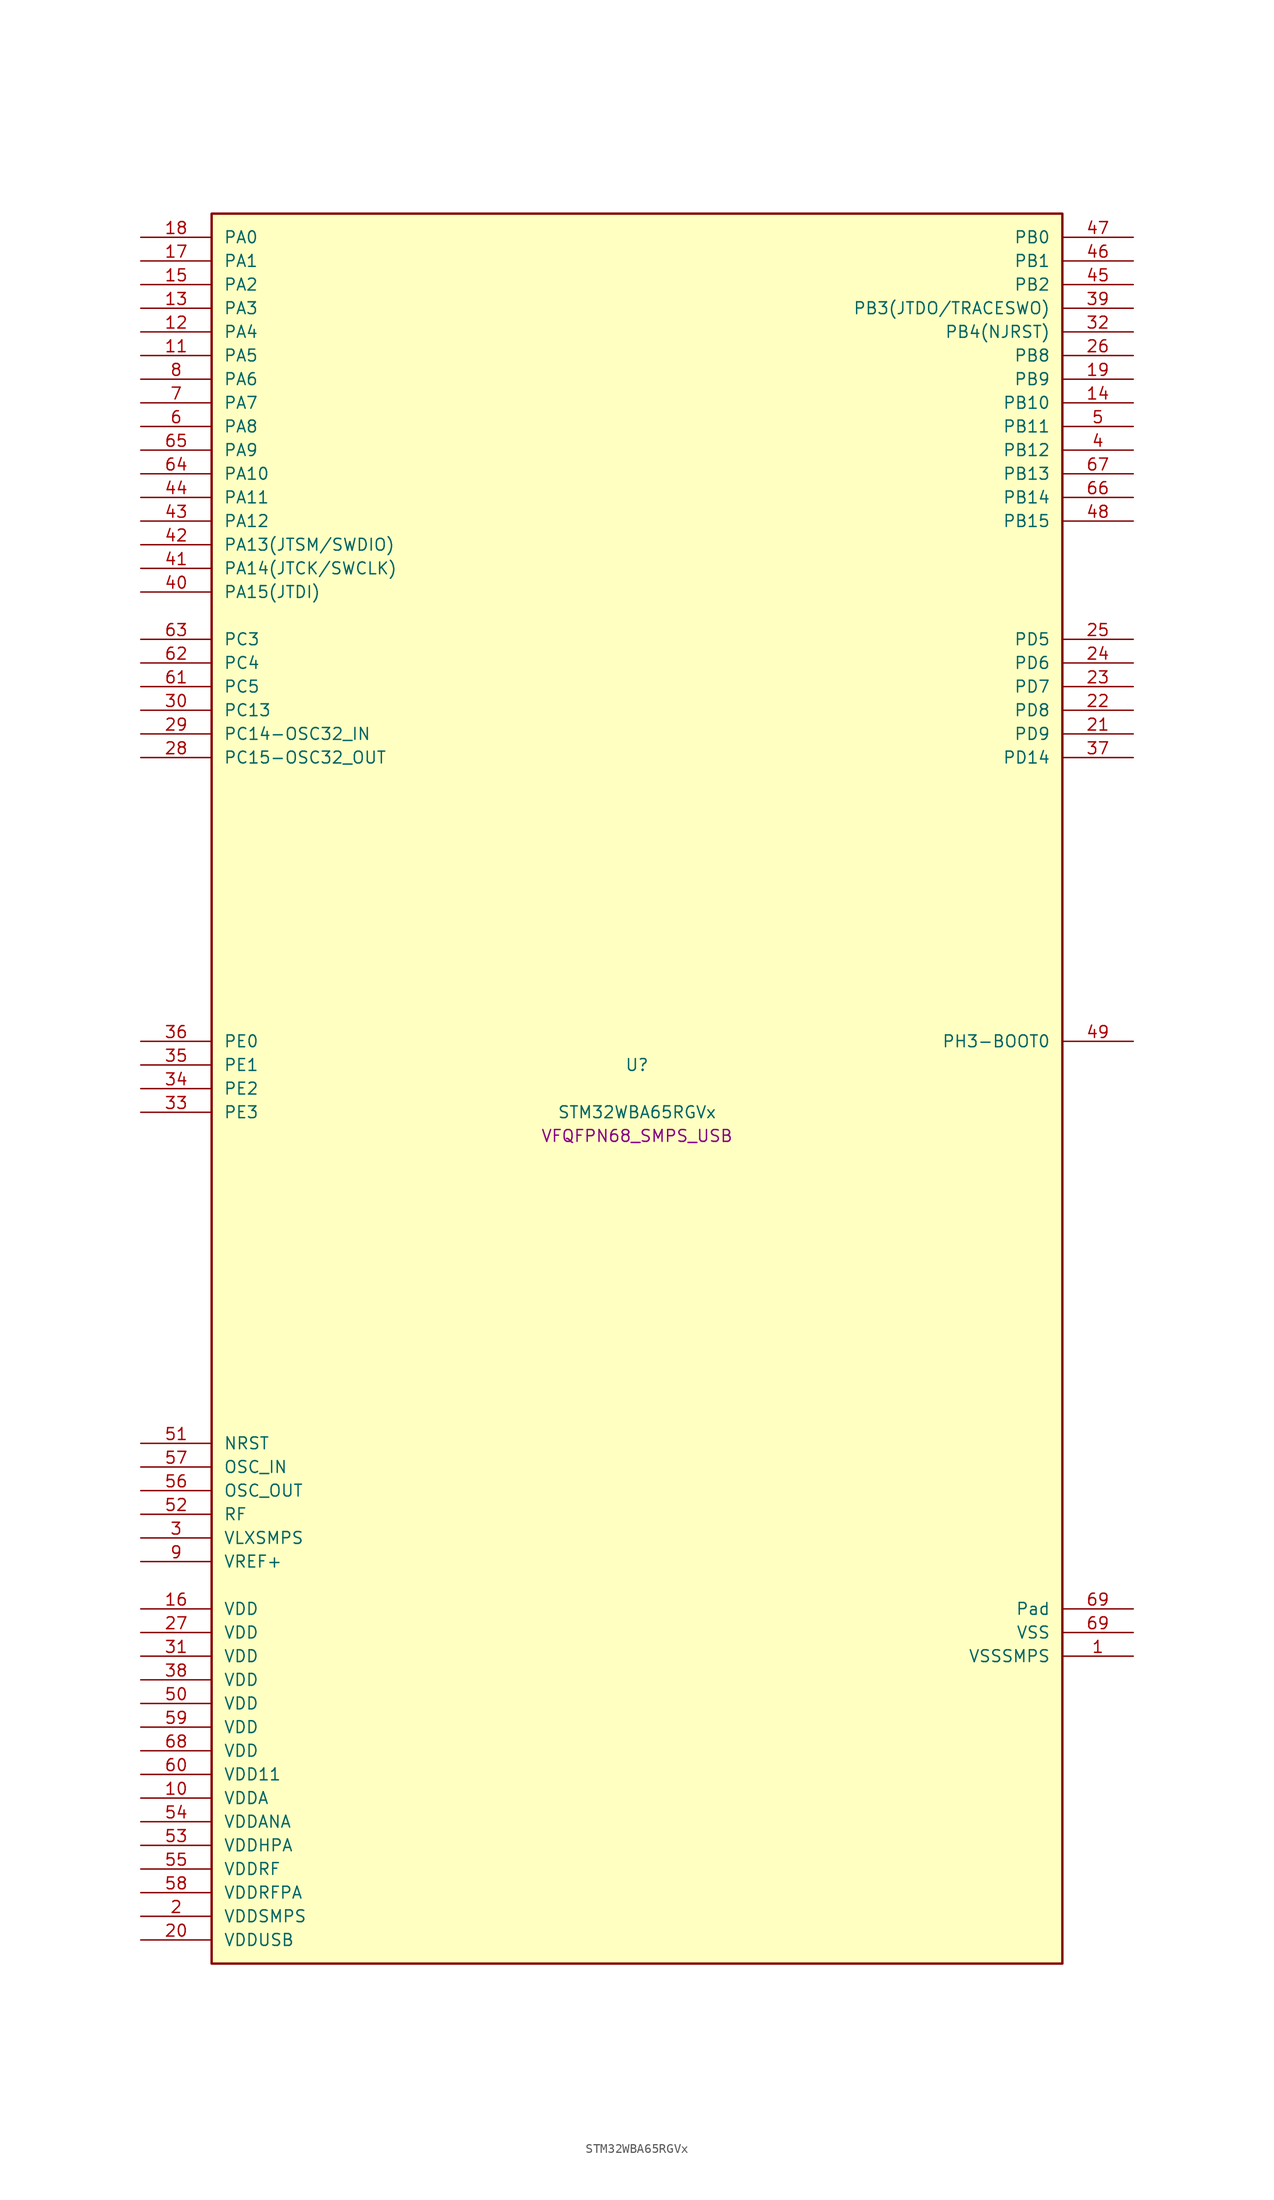
<source format=kicad_sym>
(kicad_symbol_lib
  (version 20241209)
  (generator "stm32_pkl_generator")
  (generator_version "1.0")
  (symbol "STM32WBA65RGVx"
    (pin_names
      (offset 1.27))
    (property "Reference" "U"
      (at 0 2.54 0))
    (property "Value" "STM32WBA65RGVx"
      (at 0 -2.54 0))
    (property "Footprint" "VFQFPN68_SMPS_USB"
      (at 0 -5.08 0))
    (symbol "STM32WBA65RGVx_1_1"
      (rectangle (start -45.72 93.98) (end 45.72 -93.98) (stroke (width 0.254) (type solid)) (fill (type background)))
      (pin bidirectional line (at -53.34 91.44 0) (length 7.62) (name "PA0") (number "18") (alternate "PA0/ADC4_IN9" bidirectional line) (alternate "PA0/COMP2_INP" bidirectional line) (alternate "PA0/LPTIM1_IN1" bidirectional line) (alternate "PA0/LPUART1_CTS" bidirectional line) (alternate "PA0/PWR_WKUP1" bidirectional line) (alternate "PA0/SPI3_SCK" bidirectional line) (alternate "PA0/TIM1_CH2N" bidirectional line) (alternate "PA0/TIM3_CH3" bidirectional line) (alternate "PA0/TIM3_ETR" bidirectional line) (alternate "PA0/TSC_G2_IO2" bidirectional line))
      (pin bidirectional line (at -53.34 88.9 0) (length 7.62) (name "PA1") (number "17") (alternate "PA1/ADC4_IN8" bidirectional line) (alternate "PA1/COMP1_INM" bidirectional line) (alternate "PA1/LPTIM2_CH2" bidirectional line) (alternate "PA1/LPUART1_RX" bidirectional line) (alternate "PA1/PWR_WKUP3" bidirectional line) (alternate "PA1/SAI1_CK1" bidirectional line) (alternate "PA1/SPI1_RDY" bidirectional line) (alternate "PA1/SPI3_MISO" bidirectional line) (alternate "PA1/TIM17_CH1" bidirectional line) (alternate "PA1/TIM1_CH1N" bidirectional line) (alternate "PA1/TIM3_CH2" bidirectional line) (alternate "PA1/TSC_G2_IO1" bidirectional line) (alternate "PA1/USART1_CK" bidirectional line))
      (pin bidirectional line (at -53.34 86.36 0) (length 7.62) (name "PA2") (number "15") (alternate "PA2/ADC4_IN7" bidirectional line) (alternate "PA2/COMP1_INP" bidirectional line) (alternate "PA2/LPUART1_TX" bidirectional line) (alternate "PA2/PWR_WKUP4" bidirectional line) (alternate "PA2/RCC_LSCO" bidirectional line) (alternate "PA2/SAI1_D1" bidirectional line) (alternate "PA2/TIM16_CH1" bidirectional line) (alternate "PA2/TIM1_BKIN" bidirectional line) (alternate "PA2/TIM3_CH1" bidirectional line) (alternate "PA2/TSC_G4_IO4" bidirectional line) (alternate "PA2/USART1_DE" bidirectional line) (alternate "PA2/USART1_RTS" bidirectional line))
      (pin bidirectional line (at -53.34 83.82 0) (length 7.62) (name "PA3") (number "13") (alternate "PA3/ADC4_IN6" bidirectional line) (alternate "PA3/PWR_WKUP5" bidirectional line) (alternate "PA3/TIM16_CH1N" bidirectional line) (alternate "PA3/TSC_G4_IO2" bidirectional line) (alternate "PA3/USART1_DE" bidirectional line) (alternate "PA3/USART1_RTS" bidirectional line))
      (pin bidirectional line (at -53.34 81.28 0) (length 7.62) (name "PA4") (number "12") (alternate "PA4/ADC4_IN5" bidirectional line) (alternate "PA4/AUDIOCLK" bidirectional line) (alternate "PA4/PWR_WKUP2" bidirectional line) (alternate "PA4/TAMP_IN6" bidirectional line) (alternate "PA4/TAMP_OUT3" bidirectional line) (alternate "PA4/TIM16_CH1" bidirectional line) (alternate "PA4/TSC_G4_IO1" bidirectional line) (alternate "PA4/USART1_CTS" bidirectional line))
      (pin bidirectional line (at -53.34 78.74 0) (length 7.62) (name "PA5") (number "11") (alternate "PA5/ADC4_IN4" bidirectional line) (alternate "PA5/AUDIOCLK" bidirectional line) (alternate "PA5/LPTIM2_ETR" bidirectional line) (alternate "PA5/PWR_CSLEEP" bidirectional line) (alternate "PA5/PWR_WKUP6" bidirectional line) (alternate "PA5/SAI1_D2" bidirectional line) (alternate "PA5/SPI3_NSS" bidirectional line) (alternate "PA5/TIM2_CH1" bidirectional line) (alternate "PA5/TIM2_ETR" bidirectional line) (alternate "PA5/TSC_G1_IO4" bidirectional line) (alternate "PA5/USART1_CK" bidirectional line) (alternate "PA5/USART3_RX" bidirectional line))
      (pin bidirectional line (at -53.34 76.2 0) (length 7.62) (name "PA6") (number "8") (alternate "PA6/ADC4_IN3" bidirectional line) (alternate "PA6/I2C3_SCL" bidirectional line) (alternate "PA6/PWR_CSTOP" bidirectional line) (alternate "PA6/PWR_WKUP7" bidirectional line) (alternate "PA6/SAI1_CK2" bidirectional line) (alternate "PA6/SAI1_MCLK_A" bidirectional line) (alternate "PA6/SPI3_RDY" bidirectional line) (alternate "PA6/TIM2_CH4" bidirectional line) (alternate "PA6/TSC_G1_IO3" bidirectional line) (alternate "PA6/USART1_DE" bidirectional line) (alternate "PA6/USART1_RTS" bidirectional line) (alternate "PA6/USART3_CTS" bidirectional line))
      (pin bidirectional line (at -53.34 73.66 0) (length 7.62) (name "PA7") (number "7") (alternate "PA7/ADC4_IN2" bidirectional line) (alternate "PA7/COMP1_OUT" bidirectional line) (alternate "PA7/I2C3_SDA" bidirectional line) (alternate "PA7/PWR_WKUP8" bidirectional line) (alternate "PA7/SAI1_SCK_A" bidirectional line) (alternate "PA7/SPI3_SCK" bidirectional line) (alternate "PA7/TAMP_IN1" bidirectional line) (alternate "PA7/TAMP_OUT2" bidirectional line) (alternate "PA7/TIM2_CH3" bidirectional line) (alternate "PA7/TSC_G1_IO2" bidirectional line) (alternate "PA7/USART1_CTS" bidirectional line) (alternate "PA7/USART3_TX" bidirectional line))
      (pin bidirectional line (at -53.34 71.12 0) (length 7.62) (name "PA8") (number "6") (alternate "PA8/ADC4_IN1" bidirectional line) (alternate "PA8/LPTIM1_CH2" bidirectional line) (alternate "PA8/RCC_MCO" bidirectional line) (alternate "PA8/SAI1_FS_A" bidirectional line) (alternate "PA8/SPI3_RDY" bidirectional line) (alternate "PA8/TIM2_CH2" bidirectional line) (alternate "PA8/TSC_G1_IO1" bidirectional line) (alternate "PA8/USART1_RX" bidirectional line) (alternate "PA8/USB_OTG_HS_SOF" bidirectional line))
      (pin bidirectional line (at -53.34 68.58 0) (length 7.62) (name "PA9") (number "65") (alternate "PA9/LPUART1_DE" bidirectional line) (alternate "PA9/LPUART1_RTS" bidirectional line) (alternate "PA9/SAI1_CK1" bidirectional line) (alternate "PA9/SPI2_MISO" bidirectional line) (alternate "PA9/SPI2_SCK" bidirectional line) (alternate "PA9/TIM3_CH2" bidirectional line))
      (pin bidirectional line (at -53.34 66.04 0) (length 7.62) (name "PA10") (number "64") (alternate "PA10/LPUART1_RX" bidirectional line) (alternate "PA10/SAI1_D1" bidirectional line) (alternate "PA10/SPI2_NSS" bidirectional line) (alternate "PA10/TIM3_CH1" bidirectional line))
      (pin bidirectional line (at -53.34 63.5 0) (length 7.62) (name "PA11") (number "44") (alternate "PA11/LPTIM2_CH1" bidirectional line) (alternate "PA11/RF_ANTSW1" bidirectional line) (alternate "PA11/TIM1_CH1" bidirectional line) (alternate "PA11/USART2_RX" bidirectional line))
      (pin bidirectional line (at -53.34 60.96 0) (length 7.62) (name "PA12") (number "43") (alternate "PA12/COMP2_OUT" bidirectional line) (alternate "PA12/PTA_STATUS" bidirectional line) (alternate "PA12/PWR_WKUP6" bidirectional line) (alternate "PA12/RF_ANTSW0" bidirectional line) (alternate "PA12/SPI1_NSS" bidirectional line) (alternate "PA12/TIM1_CH2" bidirectional line) (alternate "PA12/TSC_G3_IO4" bidirectional line) (alternate "PA12/USART2_TX" bidirectional line))
      (pin bidirectional line (at -53.34 58.42 0) (length 7.62) (name "PA13(JTSM/SWDIO)") (number "42") (alternate "PA13(JTSM/SWDIO)/DEBUG_JTMS-SWDIO" bidirectional line) (alternate "PA13(JTSM/SWDIO)/IR_OUT" bidirectional line) (alternate "PA13(JTSM/SWDIO)/PTA_PRIORITY" bidirectional line))
      (pin bidirectional line (at -53.34 55.88 0) (length 7.62) (name "PA14(JTCK/SWCLK)") (number "41") (alternate "PA14(JTCK/SWCLK)/COMP2_OUT" bidirectional line) (alternate "PA14(JTCK/SWCLK)/DEBUG_JTCK-SWCLK" bidirectional line) (alternate "PA14(JTCK/SWCLK)/I2C4_SMBA" bidirectional line) (alternate "PA14(JTCK/SWCLK)/PTA_STATUS" bidirectional line) (alternate "PA14(JTCK/SWCLK)/TAMP_IN3" bidirectional line) (alternate "PA14(JTCK/SWCLK)/TAMP_OUT6" bidirectional line) (alternate "PA14(JTCK/SWCLK)/USART2_TX" bidirectional line) (alternate "PA14(JTCK/SWCLK)/USB_OTG_HS_SOF" bidirectional line))
      (pin bidirectional line (at -53.34 53.34 0) (length 7.62) (name "PA15(JTDI)") (number "40") (alternate "PA15(JTDI)/ADC4_EXTI15" bidirectional line) (alternate "PA15(JTDI)/DEBUG_JTDI" bidirectional line) (alternate "PA15(JTDI)/I2C1_SCL" bidirectional line) (alternate "PA15(JTDI)/LPTIM1_CH2" bidirectional line) (alternate "PA15(JTDI)/PTA_STATUS" bidirectional line) (alternate "PA15(JTDI)/SPI1_MOSI" bidirectional line) (alternate "PA15(JTDI)/TIM17_BKIN" bidirectional line) (alternate "PA15(JTDI)/TIM1_ETR" bidirectional line) (alternate "PA15(JTDI)/TSC_G3_IO3" bidirectional line) (alternate "PA15(JTDI)/USART2_DE" bidirectional line) (alternate "PA15(JTDI)/USART2_RTS" bidirectional line) (alternate "PA15(JTDI)/USART3_DE" bidirectional line) (alternate "PA15(JTDI)/USART3_RTS" bidirectional line))
      (pin bidirectional line (at 53.34 91.44 180) (length 7.62) (name "PB0") (number "47") (alternate "PB0/LPTIM2_IN2" bidirectional line) (alternate "PB0/SPI2_MOSI" bidirectional line) (alternate "PB0/TIM1_CH3N" bidirectional line) (alternate "PB0/USART2_TX" bidirectional line) (alternate "PB0/USART3_CK" bidirectional line))
      (pin bidirectional line (at 53.34 88.9 180) (length 7.62) (name "PB1") (number "46") (alternate "PB1/I2C1_SDA" bidirectional line) (alternate "PB1/I2C3_SDA" bidirectional line) (alternate "PB1/PWR_WKUP4" bidirectional line) (alternate "PB1/TIM1_CH2N" bidirectional line) (alternate "PB1/USART2_DE" bidirectional line) (alternate "PB1/USART2_RTS" bidirectional line) (alternate "PB1/USART3_DE" bidirectional line) (alternate "PB1/USART3_RTS" bidirectional line))
      (pin bidirectional line (at 53.34 86.36 180) (length 7.62) (name "PB2") (number "45") (alternate "PB2/I2C1_SCL" bidirectional line) (alternate "PB2/I2C3_SCL" bidirectional line) (alternate "PB2/PWR_WKUP1" bidirectional line) (alternate "PB2/RF_ANTSW2" bidirectional line) (alternate "PB2/RTC_OUT2" bidirectional line) (alternate "PB2/TIM1_CH1N" bidirectional line) (alternate "PB2/USART2_CTS" bidirectional line))
      (pin bidirectional line (at 53.34 83.82 180) (length 7.62) (name "PB3(JTDO/TRACESWO)") (number "39") (alternate "PB3(JTDO/TRACESWO)/DEBUG_JTDO-SWO" bidirectional line) (alternate "PB3(JTDO/TRACESWO)/I2C1_SDA" bidirectional line) (alternate "PB3(JTDO/TRACESWO)/LPTIM1_IN2" bidirectional line) (alternate "PB3(JTDO/TRACESWO)/PTA_ACTIVE" bidirectional line) (alternate "PB3(JTDO/TRACESWO)/SPI1_MISO" bidirectional line) (alternate "PB3(JTDO/TRACESWO)/TIM17_CH1N" bidirectional line) (alternate "PB3(JTDO/TRACESWO)/TIM1_CH4" bidirectional line) (alternate "PB3(JTDO/TRACESWO)/TSC_G3_IO2" bidirectional line) (alternate "PB3(JTDO/TRACESWO)/USART2_CK" bidirectional line))
      (pin bidirectional line (at 53.34 81.28 180) (length 7.62) (name "PB4(NJRST)") (number "32") (alternate "PB4(NJRST)/DEBUG_NJTRST" bidirectional line) (alternate "PB4(NJRST)/LPTIM2_IN2" bidirectional line) (alternate "PB4(NJRST)/PTA_ACTIVE" bidirectional line) (alternate "PB4(NJRST)/PTA_PRIORITY" bidirectional line) (alternate "PB4(NJRST)/SAI1_MCLK_B" bidirectional line) (alternate "PB4(NJRST)/SPI1_SCK" bidirectional line) (alternate "PB4(NJRST)/TIM17_CH1" bidirectional line) (alternate "PB4(NJRST)/TIM1_CH3" bidirectional line) (alternate "PB4(NJRST)/TSC_G3_IO1" bidirectional line) (alternate "PB4(NJRST)/USART2_RX" bidirectional line))
      (pin bidirectional line (at 53.34 78.74 180) (length 7.62) (name "PB8") (number "26") (alternate "PB8/COMP1_OUT" bidirectional line) (alternate "PB8/LPTIM1_ETR" bidirectional line) (alternate "PB8/PWR_PVD_IN" bidirectional line) (alternate "PB8/SPI3_MOSI" bidirectional line) (alternate "PB8/TIM16_CH1N" bidirectional line) (alternate "PB8/TIM1_CH1" bidirectional line) (alternate "PB8/TIM3_ETR" bidirectional line) (alternate "PB8/TIM4_CH3" bidirectional line) (alternate "PB8/TSC_G2_IO4" bidirectional line) (alternate "PB8/USART2_RX" bidirectional line))
      (pin bidirectional line (at 53.34 76.2 180) (length 7.62) (name "PB9") (number "19") (alternate "PB9/ADC4_IN10" bidirectional line) (alternate "PB9/COMP2_INM" bidirectional line) (alternate "PB9/IR_OUT" bidirectional line) (alternate "PB9/LPTIM2_IN1" bidirectional line) (alternate "PB9/LPUART1_DE" bidirectional line) (alternate "PB9/LPUART1_RTS" bidirectional line) (alternate "PB9/PWR_WKUP8" bidirectional line) (alternate "PB9/SPI2_NSS" bidirectional line) (alternate "PB9/SPI3_MISO" bidirectional line) (alternate "PB9/TIM16_CH1" bidirectional line) (alternate "PB9/TIM1_CH3N" bidirectional line) (alternate "PB9/TIM3_CH4" bidirectional line) (alternate "PB9/TIM4_CH4" bidirectional line) (alternate "PB9/TSC_G2_IO3" bidirectional line))
      (pin bidirectional line (at 53.34 73.66 180) (length 7.62) (name "PB10") (number "14") (alternate "PB10/I2C2_SCL" bidirectional line) (alternate "PB10/I2C4_SCL" bidirectional line) (alternate "PB10/SPI2_SCK" bidirectional line) (alternate "PB10/TIM16_BKIN" bidirectional line) (alternate "PB10/TSC_G4_IO3" bidirectional line) (alternate "PB10/USART1_CK" bidirectional line) (alternate "PB10/USART3_TX" bidirectional line))
      (pin bidirectional line (at 53.34 71.12 180) (length 7.62) (name "PB11") (number "5") (alternate "PB11/I2C2_SDA" bidirectional line) (alternate "PB11/I2C4_SDA" bidirectional line) (alternate "PB11/LPTIM1_CH1" bidirectional line) (alternate "PB11/LPTIM1_ETR" bidirectional line) (alternate "PB11/LPUART1_TX" bidirectional line) (alternate "PB11/SPI2_RDY" bidirectional line) (alternate "PB11/USART3_RX" bidirectional line))
      (pin bidirectional line (at 53.34 68.58 180) (length 7.62) (name "PB12") (number "4") (alternate "PB12/I2C2_SMBA" bidirectional line) (alternate "PB12/SAI1_SD_A" bidirectional line) (alternate "PB12/SPI1_RDY" bidirectional line) (alternate "PB12/SPI2_NSS" bidirectional line) (alternate "PB12/TIM2_CH1" bidirectional line) (alternate "PB12/TIM2_ETR" bidirectional line) (alternate "PB12/TIM3_ETR" bidirectional line) (alternate "PB12/TSC_SYNC" bidirectional line) (alternate "PB12/USART1_TX" bidirectional line) (alternate "PB12/USART3_CK" bidirectional line))
      (pin bidirectional line (at 53.34 66.04 180) (length 7.62) (name "PB13") (number "67") (alternate "PB13/I2C2_SCL" bidirectional line) (alternate "PB13/SPI2_SCK" bidirectional line) (alternate "PB13/TIM3_CH4" bidirectional line) (alternate "PB13/TSC_G6_IO2" bidirectional line) (alternate "PB13/USART3_CTS" bidirectional line))
      (pin bidirectional line (at 53.34 63.5 180) (length 7.62) (name "PB14") (number "66") (alternate "PB14/I2C2_SDA" bidirectional line) (alternate "PB14/PWR_WKUP7" bidirectional line) (alternate "PB14/RTC_REFIN" bidirectional line) (alternate "PB14/SAI1_SD_A" bidirectional line) (alternate "PB14/SPI2_MISO" bidirectional line) (alternate "PB14/TIM3_CH3" bidirectional line) (alternate "PB14/TSC_G6_IO1" bidirectional line) (alternate "PB14/USART1_TX" bidirectional line) (alternate "PB14/USART3_DE" bidirectional line) (alternate "PB14/USART3_RTS" bidirectional line))
      (pin bidirectional line (at 53.34 60.96 180) (length 7.62) (name "PB15") (number "48") (alternate "PB15/ADC4_EXTI15" bidirectional line) (alternate "PB15/I2C1_SMBA" bidirectional line) (alternate "PB15/I2C3_SMBA" bidirectional line) (alternate "PB15/LPUART1_CTS" bidirectional line) (alternate "PB15/PTA_GRANT" bidirectional line) (alternate "PB15/RF_EXTPABYP" bidirectional line) (alternate "PB15/TIM16_BKIN" bidirectional line) (alternate "PB15/TIM1_BKIN2" bidirectional line) (alternate "PB15/USART2_CTS" bidirectional line))
      (pin bidirectional line (at -53.34 48.26 0) (length 7.62) (name "PC3") (number "63") (alternate "PC3/LPTIM1_ETR" bidirectional line) (alternate "PC3/LPTIM2_ETR" bidirectional line) (alternate "PC3/SAI1_D1" bidirectional line) (alternate "PC3/SAI1_SD_A" bidirectional line) (alternate "PC3/SPI2_MOSI" bidirectional line) (alternate "PC3/SPI3_MOSI" bidirectional line) (alternate "PC3/TIM3_CH1" bidirectional line))
      (pin bidirectional line (at -53.34 45.72 0) (length 7.62) (name "PC4") (number "62") (alternate "PC4/LPTIM2_CH2" bidirectional line) (alternate "PC4/SAI1_D2" bidirectional line) (alternate "PC4/SAI1_FS_A" bidirectional line) (alternate "PC4/SPI3_MISO" bidirectional line) (alternate "PC4/TIM3_CH2" bidirectional line) (alternate "PC4/USART3_TX" bidirectional line))
      (pin bidirectional line (at -53.34 43.18 0) (length 7.62) (name "PC5") (number "61") (alternate "PC5/SAI1_D3" bidirectional line) (alternate "PC5/SAI1_SD_B" bidirectional line) (alternate "PC5/TIM1_CH4N" bidirectional line) (alternate "PC5/USART3_RX" bidirectional line))
      (pin bidirectional line (at -53.34 40.64 0) (length 7.62) (name "PC13") (number "30") (alternate "PC13/PWR_WKUP2" bidirectional line) (alternate "PC13/RTC_OUT1" bidirectional line) (alternate "PC13/RTC_TS" bidirectional line) (alternate "PC13/TAMP_IN4" bidirectional line) (alternate "PC13/TAMP_OUT5" bidirectional line) (alternate "PC13/TIM1_BKIN2" bidirectional line) (alternate "PC13/TSC_G5_IO1" bidirectional line))
      (pin bidirectional line (at -53.34 38.1 0) (length 7.62) (name "PC14-OSC32_IN") (number "29") (alternate "PC14-OSC32_IN/RCC_OSC32_IN" bidirectional line))
      (pin bidirectional line (at -53.34 35.56 0) (length 7.62) (name "PC15-OSC32_OUT") (number "28") (alternate "PC15-OSC32_OUT/ADC4_EXTI15" bidirectional line) (alternate "PC15-OSC32_OUT/RCC_OSC32_OUT" bidirectional line))
      (pin bidirectional line (at 53.34 48.26 180) (length 7.62) (name "PD5") (number "25") (alternate "PD5/SAI1_D1" bidirectional line) (alternate "PD5/SAI1_SD_A" bidirectional line) (alternate "PD5/SPI3_MOSI" bidirectional line) (alternate "PD5/USART2_RX" bidirectional line))
      (pin bidirectional line (at 53.34 45.72 180) (length 7.62) (name "PD6") (number "24") (alternate "PD6/USB_OTG_HS_DP" bidirectional line))
      (pin bidirectional line (at 53.34 43.18 180) (length 7.62) (name "PD7") (number "23") (alternate "PD7/USB_OTG_HS_DM" bidirectional line))
      (pin bidirectional line (at 53.34 40.64 180) (length 7.62) (name "PD8") (number "22") (alternate "PD8/USART2_CK" bidirectional line) (alternate "PD8/USB_OTG_HS_ID" bidirectional line))
      (pin bidirectional line (at 53.34 38.1 180) (length 7.62) (name "PD9") (number "21") (alternate "PD9/USART2_TX" bidirectional line) (alternate "PD9/USART3_TX" bidirectional line) (alternate "PD9/USB_OTG_HS_VBUS" bidirectional line))
      (pin bidirectional line (at 53.34 35.56 180) (length 7.62) (name "PD14") (number "37") (alternate "PD14/DEBUG_TRACED3" bidirectional line) (alternate "PD14/TIM4_CH3" bidirectional line))
      (pin bidirectional line (at -53.34 5.08 0) (length 7.62) (name "PE0") (number "36") (alternate "PE0/DEBUG_TRACECLK" bidirectional line) (alternate "PE0/TIM16_CH1" bidirectional line) (alternate "PE0/TIM4_ETR" bidirectional line) (alternate "PE0/TSC_G7_IO4" bidirectional line))
      (pin bidirectional line (at -53.34 2.54 0) (length 7.62) (name "PE1") (number "35") (alternate "PE1/DEBUG_TRACED0" bidirectional line) (alternate "PE1/TIM17_CH1" bidirectional line) (alternate "PE1/TSC_G7_IO3" bidirectional line))
      (pin bidirectional line (at -53.34 0 0) (length 7.62) (name "PE2") (number "34") (alternate "PE2/DEBUG_TRACED1" bidirectional line) (alternate "PE2/SAI1_CK1" bidirectional line) (alternate "PE2/SAI1_MCLK_A" bidirectional line) (alternate "PE2/TIM3_ETR" bidirectional line) (alternate "PE2/TSC_G7_IO2" bidirectional line))
      (pin bidirectional line (at -53.34 -2.54 0) (length 7.62) (name "PE3") (number "33") (alternate "PE3/DEBUG_TRACED2" bidirectional line) (alternate "PE3/SAI1_SD_B" bidirectional line) (alternate "PE3/TIM3_CH1" bidirectional line) (alternate "PE3/TSC_G7_IO1" bidirectional line))
      (pin bidirectional line (at 53.34 5.08 180) (length 7.62) (name "PH3-BOOT0") (number "49") (alternate "PH3-BOOT0/PTA_GRANT" bidirectional line) (alternate "PH3-BOOT0/RF_EXTPABYP" bidirectional line) (alternate "PH3-BOOT0/TAMP_IN2" bidirectional line) (alternate "PH3-BOOT0/TAMP_OUT1" bidirectional line))
      (pin input line (at -53.34 -38.1 0) (length 7.62) (name "NRST") (number "51"))
      (pin bidirectional line (at -53.34 -40.64 0) (length 7.62) (name "OSC_IN") (number "57") (alternate "OSC_IN/RCC_OSC_IN" bidirectional line))
      (pin bidirectional line (at -53.34 -43.18 0) (length 7.62) (name "OSC_OUT") (number "56") (alternate "OSC_OUT/RCC_OSC_OUT" bidirectional line))
      (pin bidirectional line (at -53.34 -45.72 0) (length 7.62) (name "RF") (number "52"))
      (pin power_in line (at -53.34 -48.26 0) (length 7.62) (name "VLXSMPS") (number "3"))
      (pin bidirectional line (at -53.34 -50.8 0) (length 7.62) (name "VREF+") (number "9"))
      (pin power_in line (at -53.34 -55.88 0) (length 7.62) (name "VDD") (number "16"))
      (pin power_in line (at -53.34 -58.42 0) (length 7.62) (name "VDD") (number "27"))
      (pin power_in line (at -53.34 -60.96 0) (length 7.62) (name "VDD") (number "31"))
      (pin power_in line (at -53.34 -63.5 0) (length 7.62) (name "VDD") (number "38"))
      (pin power_in line (at -53.34 -66.04 0) (length 7.62) (name "VDD") (number "50"))
      (pin power_in line (at -53.34 -68.58 0) (length 7.62) (name "VDD") (number "59"))
      (pin power_in line (at -53.34 -71.12 0) (length 7.62) (name "VDD") (number "68"))
      (pin power_in line (at -53.34 -73.66 0) (length 7.62) (name "VDD11") (number "60"))
      (pin power_in line (at -53.34 -76.2 0) (length 7.62) (name "VDDA") (number "10"))
      (pin power_in line (at -53.34 -78.74 0) (length 7.62) (name "VDDANA") (number "54"))
      (pin power_in line (at -53.34 -81.28 0) (length 7.62) (name "VDDHPA") (number "53"))
      (pin power_in line (at -53.34 -83.82 0) (length 7.62) (name "VDDRF") (number "55"))
      (pin power_in line (at -53.34 -86.36 0) (length 7.62) (name "VDDRFPA") (number "58"))
      (pin power_in line (at -53.34 -88.9 0) (length 7.62) (name "VDDSMPS") (number "2"))
      (pin power_in line (at -53.34 -91.44 0) (length 7.62) (name "VDDUSB") (number "20"))
      (pin passive line (at 53.34 -55.88 180) (length 7.62) (name "Pad") (number "69"))
      (pin power_in line (at 53.34 -58.42 180) (length 7.62) (name "VSS") (number "69"))
      (pin power_in line (at 53.34 -60.96 180) (length 7.62) (name "VSSSMPS") (number "1")))))
</source>
